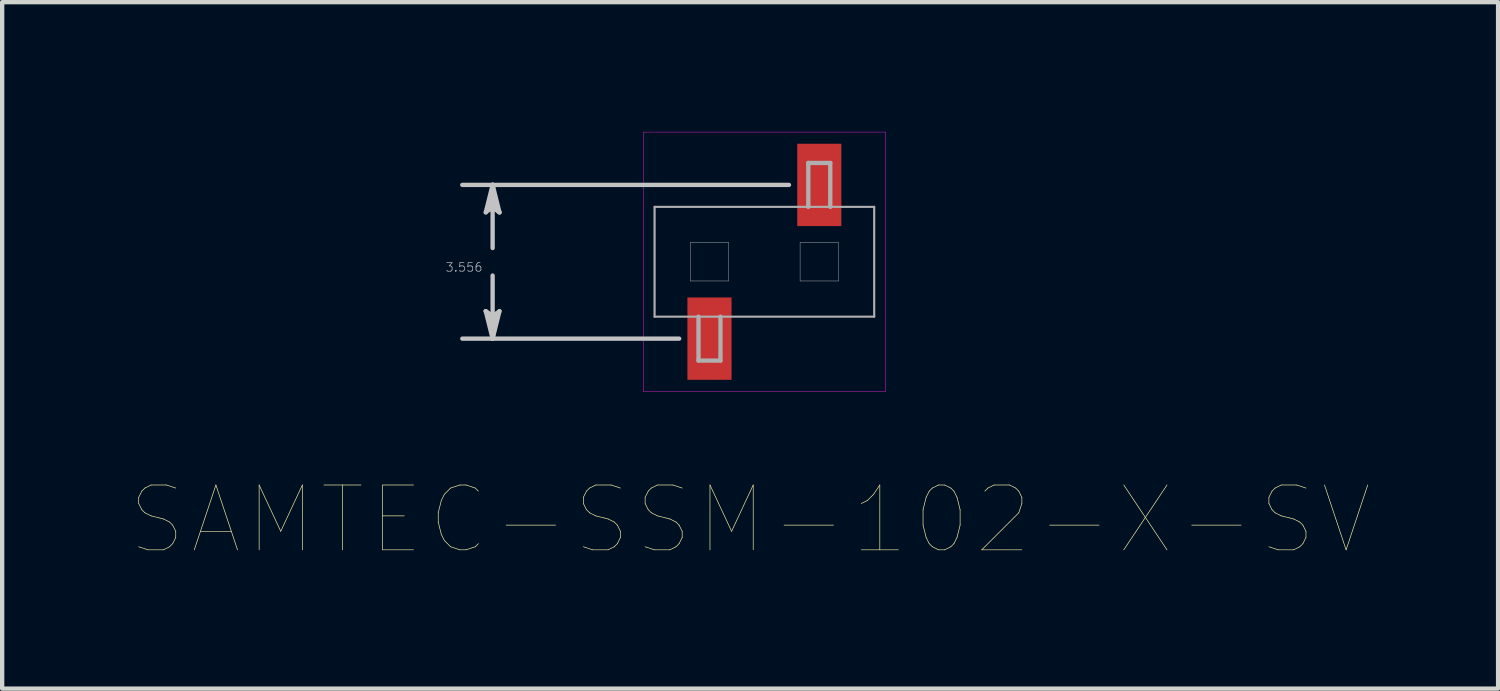
<source format=kicad_pcb>
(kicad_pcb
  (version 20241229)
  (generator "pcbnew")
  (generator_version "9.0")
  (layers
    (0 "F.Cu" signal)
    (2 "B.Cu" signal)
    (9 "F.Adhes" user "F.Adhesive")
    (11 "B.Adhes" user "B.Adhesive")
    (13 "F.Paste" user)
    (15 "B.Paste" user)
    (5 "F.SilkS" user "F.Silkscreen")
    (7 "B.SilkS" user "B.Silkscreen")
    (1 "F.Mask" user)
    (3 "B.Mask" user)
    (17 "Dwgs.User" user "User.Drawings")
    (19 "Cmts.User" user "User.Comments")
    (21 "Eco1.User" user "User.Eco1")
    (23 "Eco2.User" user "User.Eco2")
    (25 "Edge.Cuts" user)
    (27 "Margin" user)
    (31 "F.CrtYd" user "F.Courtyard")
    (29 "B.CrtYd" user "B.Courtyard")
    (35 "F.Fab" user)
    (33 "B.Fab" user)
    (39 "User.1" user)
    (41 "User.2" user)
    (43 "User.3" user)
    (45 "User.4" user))
  (footprint "SAMTEC-SSM-102-X-SV"
    (layer "F.Cu")
    (at 14.631 3.005)
    (property "Reference" "SAMTEC-SSM-102-X-SV" (at -0.33 5.97 0) (layer "F.SilkS") (effects (font (size 1.5 1.5) (thickness 0.015))))
    (attr through_hole)
    (fp_poly (pts (xy -1.831 0.775) (xy -0.709 0.775) (xy -0.709 2.782) (xy -1.831 2.782)) (stroke (width 0.01) (type solid)) (fill yes) (layer "F.Mask"))
    (fp_poly (pts (xy 0.709 -2.781) (xy 1.831 -2.781) (xy 1.831 -0.774) (xy 0.709 -0.774)) (stroke (width 0.01) (type solid)) (fill yes) (layer "F.Mask"))
    (fp_poly (pts (xy -1.78 0.826) (xy -0.76 0.826) (xy -0.76 2.731) (xy -1.78 2.731)) (stroke (width 0.01) (type solid)) (fill yes) (layer "F.Paste"))
    (fp_poly (pts (xy 0.76 -2.73) (xy 1.78 -2.73) (xy 1.78 -0.825) (xy 0.76 -0.825)) (stroke (width 0.01) (type solid)) (fill yes) (layer "F.Paste"))
    (fp_line (start -6.445 -1.143) (end -6.286 -1.27) (stroke (width 0.1) (type solid)) (layer "Dwgs.User"))
    (fp_line (start -6.445 1.143) (end -6.286 1.778) (stroke (width 0.1) (type solid)) (layer "Dwgs.User"))
    (fp_line (start -6.366 -1.206) (end -6.286 -1.27) (stroke (width 0.1) (type solid)) (layer "Dwgs.User"))
    (fp_line (start -6.366 1.206) (end -6.445 1.143) (stroke (width 0.1) (type solid)) (layer "Dwgs.User"))
    (fp_line (start -6.286 -1.778) (end -6.445 -1.143) (stroke (width 0.1) (type solid)) (layer "Dwgs.User"))
    (fp_line (start -6.286 -1.778) (end -6.366 -1.206) (stroke (width 0.1) (type solid)) (layer "Dwgs.User"))
    (fp_line (start -6.286 -1.778) (end -6.207 -1.206) (stroke (width 0.1) (type solid)) (layer "Dwgs.User"))
    (fp_line (start -6.286 -1.27) (end -6.286 -1.778) (stroke (width 0.1) (type solid)) (layer "Dwgs.User"))
    (fp_line (start -6.286 -1.27) (end -6.128 -1.143) (stroke (width 0.1) (type solid)) (layer "Dwgs.User"))
    (fp_line (start -6.286 -0.318) (end -6.286 -1.778) (stroke (width 0.1) (type solid)) (layer "Dwgs.User"))
    (fp_line (start -6.286 0.318) (end -6.286 1.778) (stroke (width 0.1) (type solid)) (layer "Dwgs.User"))
    (fp_line (start -6.286 1.27) (end -6.445 1.143) (stroke (width 0.1) (type solid)) (layer "Dwgs.User"))
    (fp_line (start -6.286 1.27) (end -6.286 1.778) (stroke (width 0.1) (type solid)) (layer "Dwgs.User"))
    (fp_line (start -6.286 1.778) (end -6.366 1.206) (stroke (width 0.1) (type solid)) (layer "Dwgs.User"))
    (fp_line (start -6.286 1.778) (end -6.207 1.206) (stroke (width 0.1) (type solid)) (layer "Dwgs.User"))
    (fp_line (start -6.286 1.778) (end -6.128 1.143) (stroke (width 0.1) (type solid)) (layer "Dwgs.User"))
    (fp_line (start -6.207 -1.206) (end -6.128 -1.143) (stroke (width 0.1) (type solid)) (layer "Dwgs.User"))
    (fp_line (start -6.207 1.206) (end -6.286 1.27) (stroke (width 0.1) (type solid)) (layer "Dwgs.User"))
    (fp_line (start -6.128 -1.143) (end -6.286 -1.778) (stroke (width 0.1) (type solid)) (layer "Dwgs.User"))
    (fp_line (start -6.128 1.143) (end -6.286 1.27) (stroke (width 0.1) (type solid)) (layer "Dwgs.User"))
    (fp_line (start -1.971 1.778) (end -6.988 1.778) (stroke (width 0.1) (type solid)) (layer "Dwgs.User"))
    (fp_line (start 0.569 -1.778) (end -6.988 -1.778) (stroke (width 0.1) (type solid)) (layer "Dwgs.User"))
    (fp_line (start -2.8 -3) (end -2.8 3) (stroke (width 0.01) (type solid)) (layer "F.CrtYd"))
    (fp_line (start -2.8 3) (end 2.8 3) (stroke (width 0.01) (type solid)) (layer "F.CrtYd"))
    (fp_line (start 2.8 -3) (end -2.8 -3) (stroke (width 0.01) (type solid)) (layer "F.CrtYd"))
    (fp_line (start 2.8 3) (end 2.8 -3) (stroke (width 0.01) (type solid)) (layer "F.CrtYd"))
    (fp_line (start -2.54 -1.27) (end 2.54 -1.27) (stroke (width 0.05) (type solid)) (layer "F.Fab"))
    (fp_line (start -2.54 1.27) (end -2.54 -1.27) (stroke (width 0.05) (type solid)) (layer "F.Fab"))
    (fp_line (start -1.714 -0.444) (end -1.714 0.444) (stroke (width 0.01) (type solid)) (layer "F.Fab"))
    (fp_line (start -1.714 0.444) (end -0.826 0.444) (stroke (width 0.01) (type solid)) (layer "F.Fab"))
    (fp_line (start -1.524 1.27) (end -1.524 2.286) (stroke (width 0.1) (type solid)) (layer "F.Fab"))
    (fp_line (start -1.524 2.286) (end -1.016 2.286) (stroke (width 0.1) (type solid)) (layer "F.Fab"))
    (fp_line (start -1.016 2.286) (end -1.016 1.27) (stroke (width 0.1) (type solid)) (layer "F.Fab"))
    (fp_line (start -0.826 -0.444) (end -1.714 -0.444) (stroke (width 0.01) (type solid)) (layer "F.Fab"))
    (fp_line (start -0.826 0.444) (end -0.826 -0.444) (stroke (width 0.01) (type solid)) (layer "F.Fab"))
    (fp_line (start 0.826 -0.444) (end 0.826 0.444) (stroke (width 0.01) (type solid)) (layer "F.Fab"))
    (fp_line (start 0.826 0.444) (end 1.714 0.444) (stroke (width 0.01) (type solid)) (layer "F.Fab"))
    (fp_line (start 1.016 -2.286) (end 1.016 -1.27) (stroke (width 0.1) (type solid)) (layer "F.Fab"))
    (fp_line (start 1.524 -2.286) (end 1.016 -2.286) (stroke (width 0.1) (type solid)) (layer "F.Fab"))
    (fp_line (start 1.524 -1.27) (end 1.524 -2.286) (stroke (width 0.1) (type solid)) (layer "F.Fab"))
    (fp_line (start 1.714 -0.444) (end 0.826 -0.444) (stroke (width 0.01) (type solid)) (layer "F.Fab"))
    (fp_line (start 1.714 0.444) (end 1.714 -0.444) (stroke (width 0.01) (type solid)) (layer "F.Fab"))
    (fp_line (start 2.54 -1.27) (end 2.54 1.27) (stroke (width 0.05) (type solid)) (layer "F.Fab"))
    (fp_line (start 2.54 1.27) (end -2.54 1.27) (stroke (width 0.05) (type solid)) (layer "F.Fab"))
    (fp_text user "3.556" (at -6.947 0.127 0) (layer "Dwgs.User") (effects (font (size 0.2 0.2) (thickness 0.015))))
    (pad "1" smd rect (at -1.27 1.778) (size 1.02 1.905) (layers "F.Cu" "F.Paste"))
    (pad "2" smd rect (at 1.27 -1.778) (size 1.02 1.905) (layers "F.Cu" "F.Paste")))
  (gr_rect
    (start -3 -3)
    (end 31.602 12.879)
    (stroke (width 0.1) (type default))
    (fill no)
    (layer "Edge.Cuts")))
</source>
